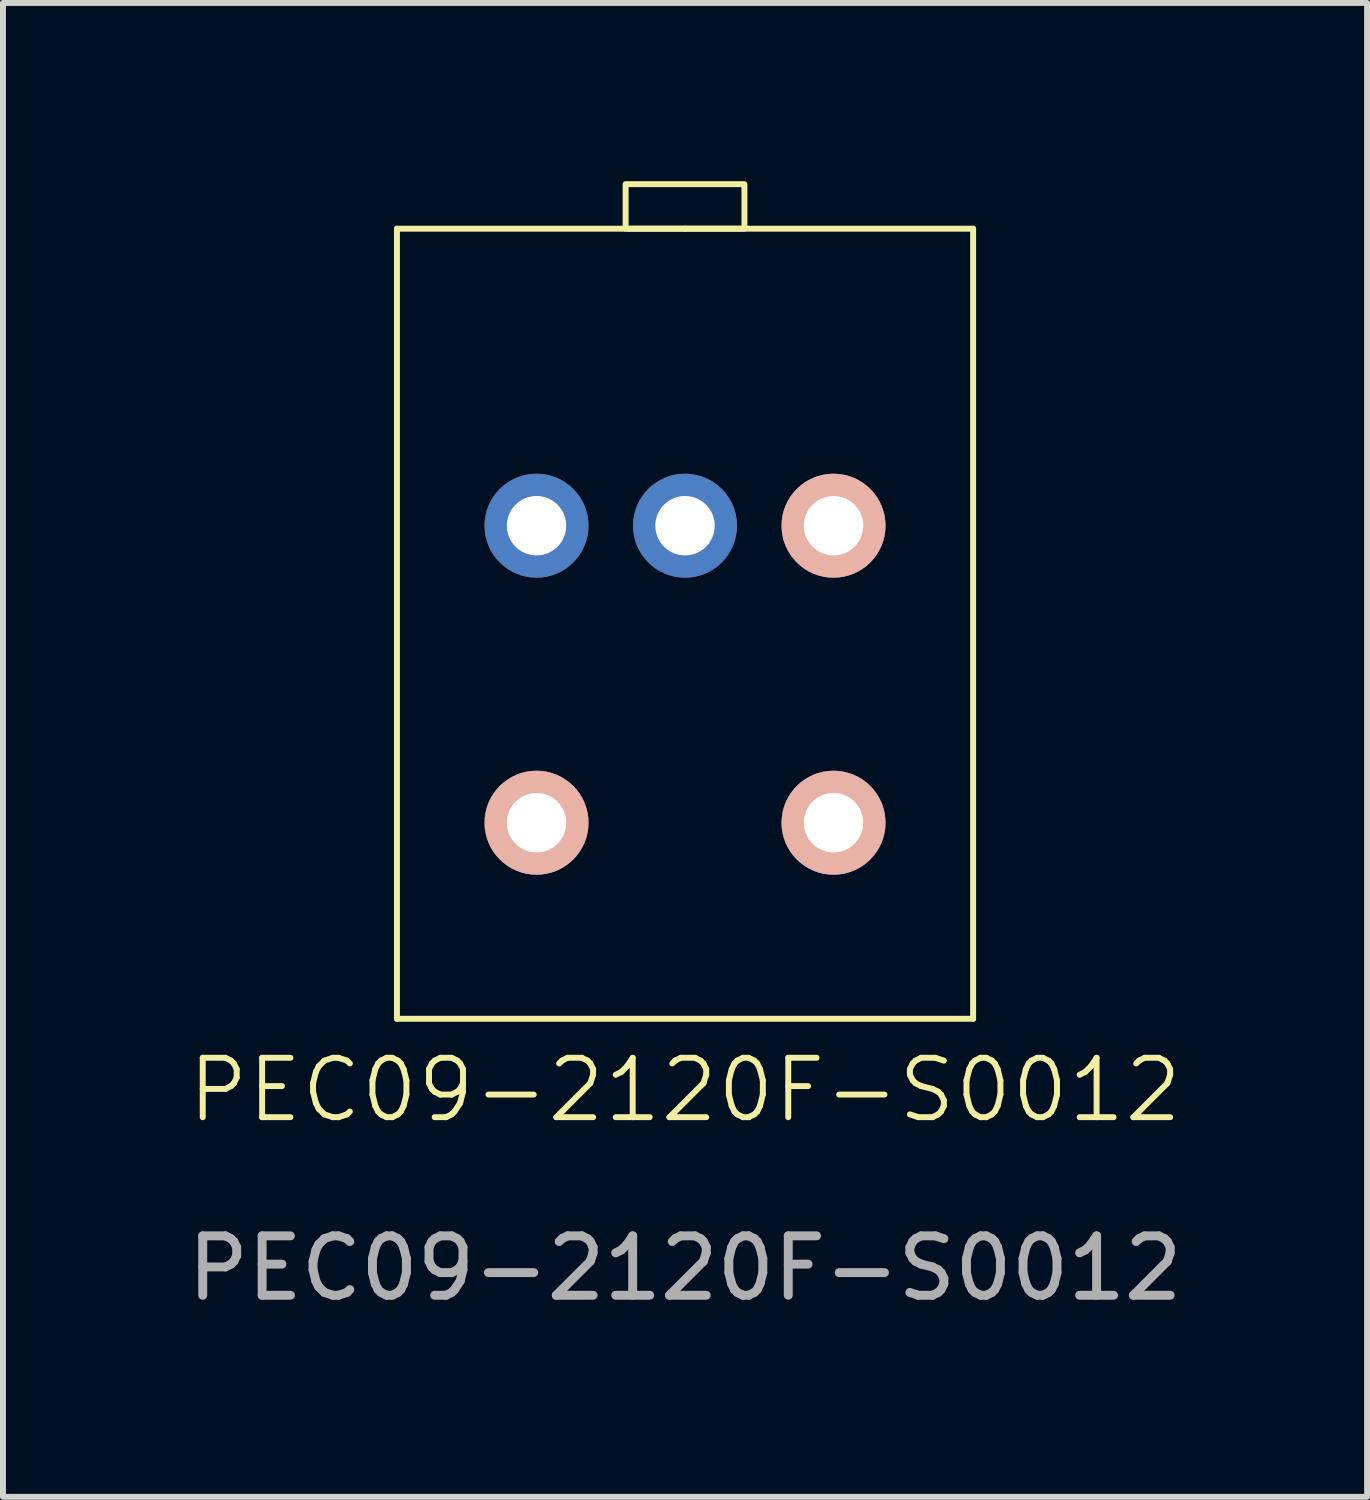
<source format=kicad_pcb>
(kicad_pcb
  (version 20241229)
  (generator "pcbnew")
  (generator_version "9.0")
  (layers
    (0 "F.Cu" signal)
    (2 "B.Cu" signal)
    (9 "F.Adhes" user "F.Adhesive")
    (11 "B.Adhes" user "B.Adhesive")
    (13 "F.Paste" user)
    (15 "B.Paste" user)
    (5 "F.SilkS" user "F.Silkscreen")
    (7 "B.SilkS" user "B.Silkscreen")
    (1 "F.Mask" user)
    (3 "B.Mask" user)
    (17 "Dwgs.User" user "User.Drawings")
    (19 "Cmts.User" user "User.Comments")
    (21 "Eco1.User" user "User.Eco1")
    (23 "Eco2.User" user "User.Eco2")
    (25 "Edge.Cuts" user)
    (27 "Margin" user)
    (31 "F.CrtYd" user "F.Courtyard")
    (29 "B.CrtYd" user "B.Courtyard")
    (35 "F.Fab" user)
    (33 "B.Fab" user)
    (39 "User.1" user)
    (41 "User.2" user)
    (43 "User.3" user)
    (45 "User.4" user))
  (footprint "PEC09-2120F-S0012"
    (layer "F.Cu")
    (at 8.482 5.8)
    (property "Reference" "PEC09-2120F-S0012" (at 0 9.5 0) (unlocked yes) (layer "F.SilkS") (effects (font (size 1 1) (thickness 0.1))))
    (attr smd)
    (fp_line (start -4.85 -5) (end -4.85 8.3) (stroke (width 0.1) (type default)) (layer "F.SilkS"))
    (fp_line (start 0 -5) (end -4.85 -5) (stroke (width 0.1) (type default)) (layer "F.SilkS"))
    (fp_line (start 0 -5) (end 4.85 -5) (stroke (width 0.1) (type default)) (layer "F.SilkS"))
    (fp_line (start 4.85 -5) (end 4.85 8.3) (stroke (width 0.1) (type default)) (layer "F.SilkS"))
    (fp_line (start 4.85 8.3) (end -4.85 8.3) (stroke (width 0.1) (type default)) (layer "F.SilkS"))
    (fp_rect (start -1 -5.75) (end 1 -5) (stroke (width 0.1) (type default)) (fill no) (layer "F.SilkS"))
    (fp_text user "${REFERENCE}" (at 0 12.5 0) (unlocked yes) (layer "F.Fab") (effects (font (size 1 1) (thickness 0.15))))
    (pad "A" thru_hole circle (at 2.5 0 90) (size 1.75 1.75) (drill 1) (layers "*.Cu" "*.Mask" "B.SilkS"))
    (pad "B" thru_hole circle (at -2.5 0 90) (size 1.75 1.75) (drill 1) (layers "*.Cu" "*.Mask"))
    (pad "C" thru_hole circle (at 0 0 90) (size 1.75 1.75) (drill 1) (layers "*.Cu" "*.Mask"))
    (pad "S1" thru_hole circle (at 2.5 5 90) (size 1.75 1.75) (drill 1) (layers "*.Cu" "*.Mask" "B.SilkS"))
    (pad "S2" thru_hole circle (at -2.5 5 90) (size 1.75 1.75) (drill 1) (layers "*.Cu" "*.Mask" "B.SilkS")))
  (gr_rect
    (start -3 -3)
    (end 19.964 22.148)
    (stroke (width 0.1) (type default))
    (fill no)
    (layer "Edge.Cuts")))
</source>
